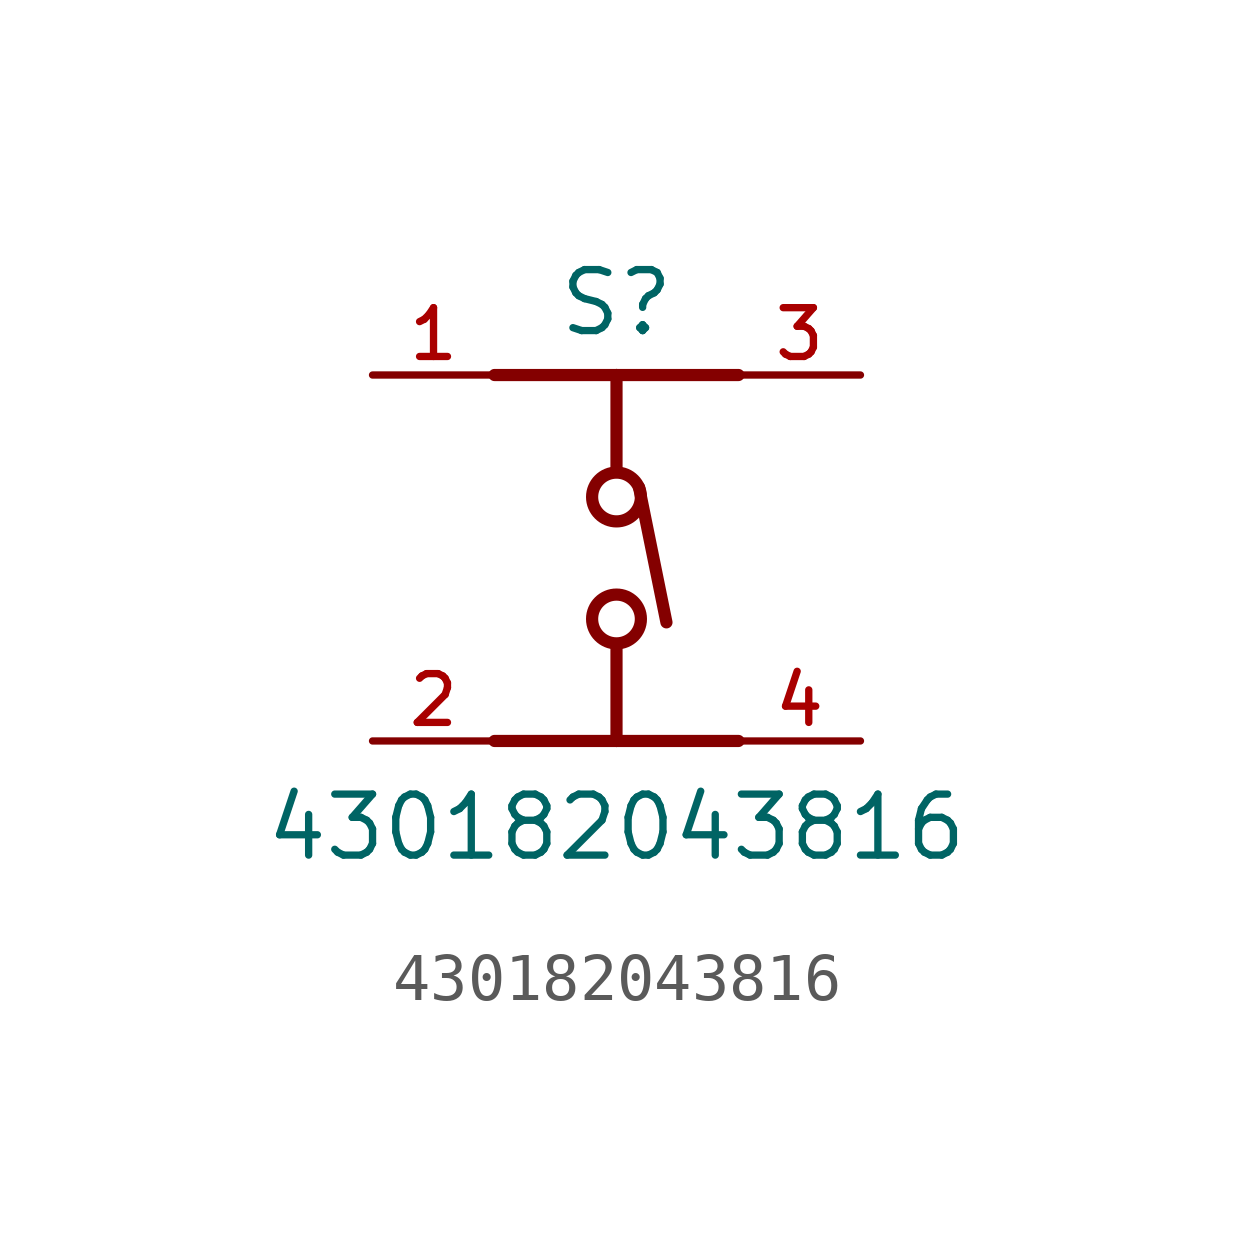
<source format=kicad_sym>
(kicad_symbol_lib
  (version 20211014)
  (generator kicad_symbol_editor)
  (symbol "430182043816"
    (pin_names
      (offset 1.016))
    (property "Reference" "S"
      (at 0.0 5.842 0)
      (effects (font (size 1.27 1.27)) (justify bottom)))
    (property "Value" "430182043816"
      (at 0.0 -5.08 0)
      (effects (font (size 1.27 1.27)) (justify bottom)))
    (symbol "430182043816_0_0"
      (polyline (pts (xy 2.54 -2.54) (xy 0.0 -2.54)) (stroke (width 0.254)))
      (polyline (pts (xy 0.0 -2.54) (xy -2.54 -2.54)) (stroke (width 0.254)))
      (polyline (pts (xy 2.54 5.08) (xy 0.0 5.08)) (stroke (width 0.254)))
      (polyline (pts (xy 0.0 5.08) (xy -2.54 5.08)) (stroke (width 0.254)))
      (polyline (pts (xy 0.0 -2.54) (xy 0.0 -0.635)) (stroke (width 0.254)))
      (polyline (pts (xy 0.0 3.175) (xy 0.0 5.08)) (stroke (width 0.254)))
      (polyline (pts (xy 0.47 2.74) (xy 1.04 -0.07)) (stroke (width 0.254)))
      (circle (center 0.0 2.54) (radius 0.508) (stroke (width 0.254)) (fill (type none)))
      (circle (center 0.0 0.0) (radius 0.508) (stroke (width 0.254)) (fill (type none)))
      (pin passive line (at 5.08 -2.54 180.0) (length 2.54) (name "~" (effects (font (size 1.016 1.016)))) (number "4" (effects (font (size 1.016 1.016)))))
      (pin passive line (at 5.08 5.08 180.0) (length 2.54) (name "~" (effects (font (size 1.016 1.016)))) (number "3" (effects (font (size 1.016 1.016)))))
      (pin passive line (at -5.08 -2.54 0) (length 2.54) (name "~" (effects (font (size 1.016 1.016)))) (number "2" (effects (font (size 1.016 1.016)))))
      (pin passive line (at -5.08 5.08 0) (length 2.54) (name "~" (effects (font (size 1.016 1.016)))) (number "1" (effects (font (size 1.016 1.016))))))))
</source>
